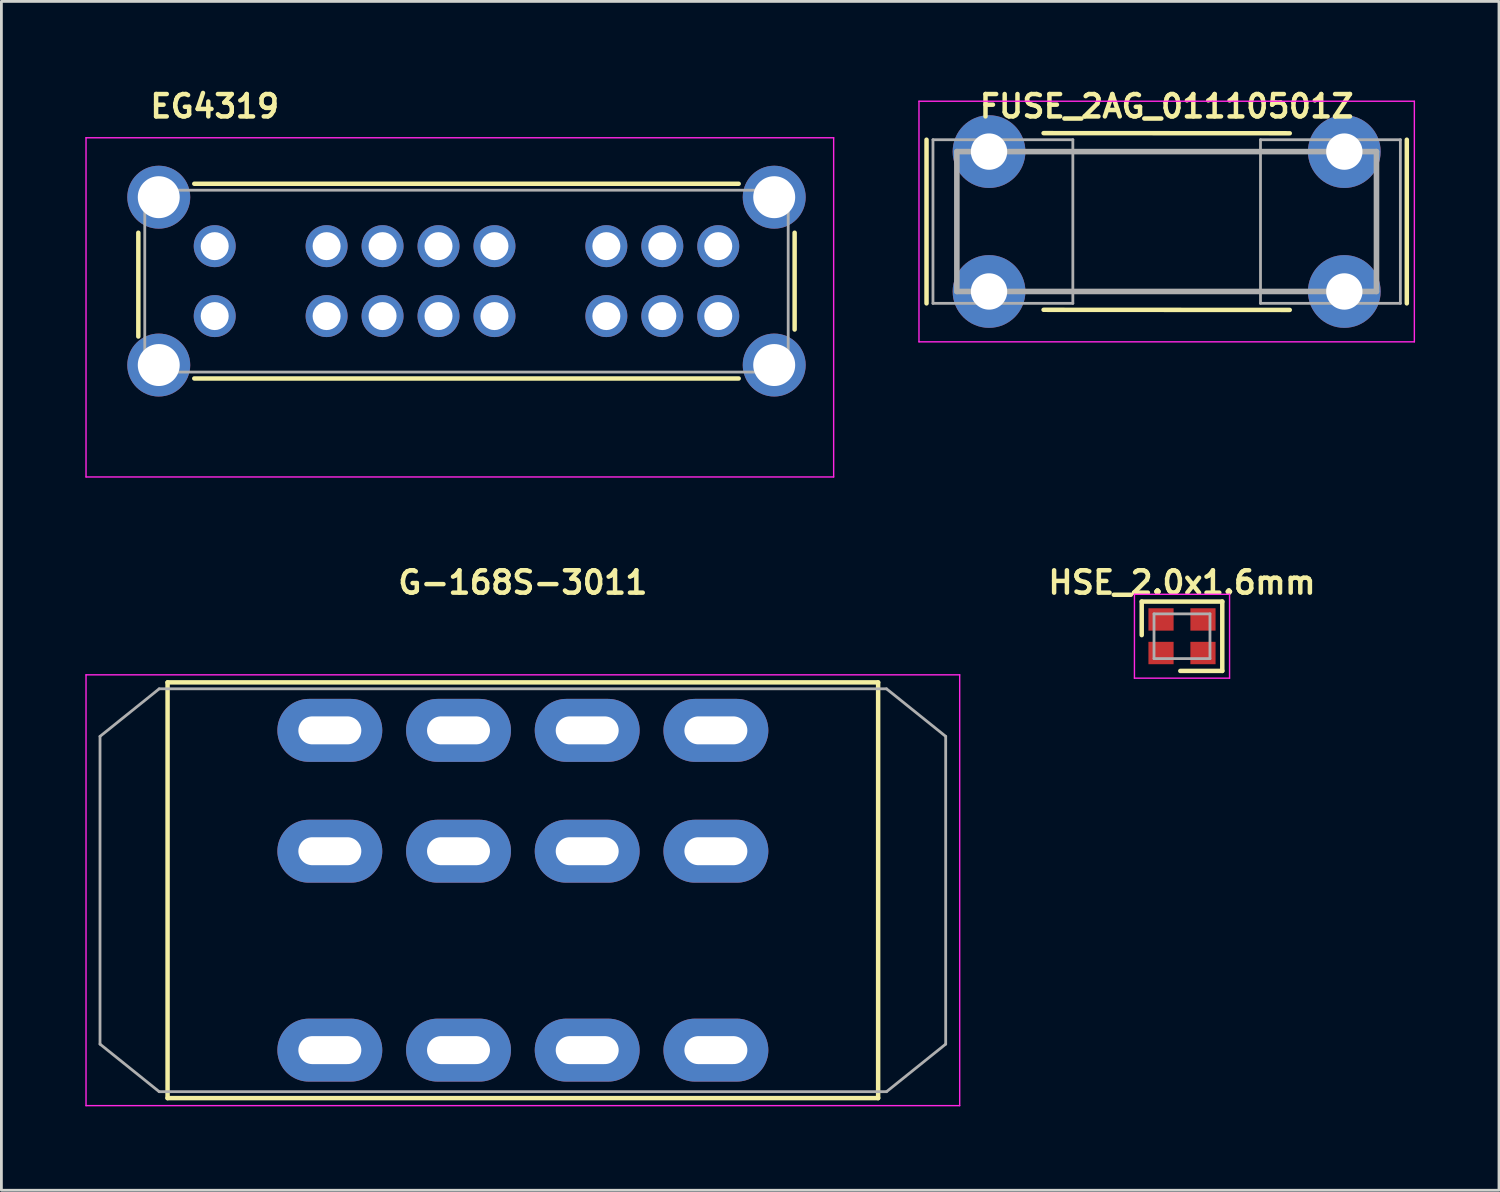
<source format=kicad_pcb>
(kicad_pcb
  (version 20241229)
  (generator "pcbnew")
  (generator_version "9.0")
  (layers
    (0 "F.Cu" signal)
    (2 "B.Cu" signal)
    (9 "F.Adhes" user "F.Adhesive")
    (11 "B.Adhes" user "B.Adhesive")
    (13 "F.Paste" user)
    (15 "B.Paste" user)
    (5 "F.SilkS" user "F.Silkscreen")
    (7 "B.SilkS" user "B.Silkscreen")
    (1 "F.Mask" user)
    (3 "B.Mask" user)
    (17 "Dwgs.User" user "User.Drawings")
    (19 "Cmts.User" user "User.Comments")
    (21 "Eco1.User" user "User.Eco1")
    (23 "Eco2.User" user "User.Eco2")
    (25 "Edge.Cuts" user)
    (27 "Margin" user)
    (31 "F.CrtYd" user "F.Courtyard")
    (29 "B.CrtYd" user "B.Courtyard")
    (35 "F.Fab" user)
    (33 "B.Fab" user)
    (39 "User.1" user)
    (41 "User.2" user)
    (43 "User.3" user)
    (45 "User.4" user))
  (footprint "EG4319"
    (layer "F.Cu")
    (at 4.625 8.249)
    (property "Reference" "EG4319" (at 0 -7.5 0) (layer "F.SilkS") (effects (font (size 0.8 0.8) (thickness 0.16))))
    (attr through_hole)
    (fp_line (start -2.73 -2.98) (end -2.73 0.73) (stroke (width 0.16) (type solid)) (layer "F.SilkS"))
    (fp_line (start -0.73 -4.73) (end 18.73 -4.73) (stroke (width 0.16) (type solid)) (layer "F.SilkS"))
    (fp_line (start -0.73 2.23) (end 18.73 2.23) (stroke (width 0.16) (type solid)) (layer "F.SilkS"))
    (fp_line (start 20.73 -2.98) (end 20.73 0.48) (stroke (width 0.16) (type solid)) (layer "F.SilkS"))
    (fp_line (start -4.6 -6.375) (end 22.125 -6.375) (stroke (width 0.05) (type solid)) (layer "F.CrtYd"))
    (fp_line (start -4.6 5.75) (end -4.6 -6.375) (stroke (width 0.05) (type solid)) (layer "F.CrtYd"))
    (fp_line (start 22.125 -6.375) (end 22.125 5.75) (stroke (width 0.05) (type solid)) (layer "F.CrtYd"))
    (fp_line (start 22.125 5.75) (end -4.6 5.75) (stroke (width 0.05) (type solid)) (layer "F.CrtYd"))
    (fp_line (start -2.5 -4.5) (end 20.5 -4.5) (stroke (width 0.1) (type solid)) (layer "F.Fab"))
    (fp_line (start -2.5 2) (end -2.5 -4.5) (stroke (width 0.1) (type solid)) (layer "F.Fab"))
    (fp_line (start 20.5 -4.5) (end 20.5 2) (stroke (width 0.1) (type solid)) (layer "F.Fab"))
    (fp_line (start 20.5 2) (end -2.5 2) (stroke (width 0.1) (type solid)) (layer "F.Fab"))
    (pad "1" thru_hole circle (at 0 0) (size 1.5 1.5) (drill 1) (layers "*.Cu" "*.Mask"))
    (pad "2" thru_hole circle (at 4 0) (size 1.5 1.5) (drill 1) (layers "*.Cu" "*.Mask"))
    (pad "3" thru_hole circle (at 6 0) (size 1.5 1.5) (drill 1) (layers "*.Cu" "*.Mask"))
    (pad "4" thru_hole circle (at 8 0) (size 1.5 1.5) (drill 1) (layers "*.Cu" "*.Mask"))
    (pad "5" thru_hole circle (at 10 0) (size 1.5 1.5) (drill 1) (layers "*.Cu" "*.Mask"))
    (pad "6" thru_hole circle (at 14 0) (size 1.5 1.5) (drill 1) (layers "*.Cu" "*.Mask"))
    (pad "7" thru_hole circle (at 16 0) (size 1.5 1.5) (drill 1) (layers "*.Cu" "*.Mask"))
    (pad "8" thru_hole circle (at 18 0) (size 1.5 1.5) (drill 1) (layers "*.Cu" "*.Mask"))
    (pad "9" thru_hole circle (at 0 -2.5) (size 1.5 1.5) (drill 1) (layers "*.Cu" "*.Mask"))
    (pad "10" thru_hole circle (at 4 -2.5) (size 1.5 1.5) (drill 1) (layers "*.Cu" "*.Mask"))
    (pad "11" thru_hole circle (at 6 -2.5) (size 1.5 1.5) (drill 1) (layers "*.Cu" "*.Mask"))
    (pad "12" thru_hole circle (at 8 -2.5) (size 1.5 1.5) (drill 1) (layers "*.Cu" "*.Mask"))
    (pad "13" thru_hole circle (at 10 -2.5) (size 1.5 1.5) (drill 1) (layers "*.Cu" "*.Mask"))
    (pad "14" thru_hole circle (at 14 -2.5) (size 1.5 1.5) (drill 1) (layers "*.Cu" "*.Mask"))
    (pad "15" thru_hole circle (at 16 -2.5) (size 1.5 1.5) (drill 1) (layers "*.Cu" "*.Mask"))
    (pad "16" thru_hole circle (at 18 -2.5) (size 1.5 1.5) (drill 1) (layers "*.Cu" "*.Mask"))
    (pad "MP" thru_hole circle (at -2 -4.25) (size 2.25 2.25) (drill 1.5) (layers "*.Cu" "*.Mask"))
    (pad "MP" thru_hole circle (at -2 1.75) (size 2.25 2.25) (drill 1.5) (layers "*.Cu" "*.Mask"))
    (pad "MP" thru_hole circle (at 20 -4.25) (size 2.25 2.25) (drill 1.5) (layers "*.Cu" "*.Mask"))
    (pad "MP" thru_hole circle (at 20 1.75) (size 2.25 2.25) (drill 1.5) (layers "*.Cu" "*.Mask")))
  (footprint "HSE_2.0x1.6mm"
    (layer "F.Cu")
    (at 39.202 19.693)
    (property "Reference" "HSE_2.0x1.6mm" (at 0 -1.92 0) (layer "F.SilkS") (effects (font (size 0.8 0.8) (thickness 0.16))))
    (attr through_hole)
    (fp_line (start -1.44 -0.04) (end -1.44 -1.24) (stroke (width 0.16) (type solid)) (layer "F.SilkS"))
    (fp_line (start -0.06 1.24) (end 1.44 1.24) (stroke (width 0.16) (type solid)) (layer "F.SilkS"))
    (fp_line (start 1.44 -1.24) (end -1.44 -1.24) (stroke (width 0.16) (type solid)) (layer "F.SilkS"))
    (fp_line (start 1.44 -1.24) (end 1.44 1.24) (stroke (width 0.16) (type solid)) (layer "F.SilkS"))
    (fp_line (start -1.7 -1.5) (end 1.7 -1.5) (stroke (width 0.05) (type solid)) (layer "F.CrtYd"))
    (fp_line (start -1.7 1.5) (end -1.7 -1.5) (stroke (width 0.05) (type solid)) (layer "F.CrtYd"))
    (fp_line (start 1.7 -1.5) (end 1.7 1.5) (stroke (width 0.05) (type solid)) (layer "F.CrtYd"))
    (fp_line (start 1.7 1.5) (end -1.7 1.5) (stroke (width 0.05) (type solid)) (layer "F.CrtYd"))
    (fp_line (start -1 -0.8) (end 1 -0.8) (stroke (width 0.1) (type solid)) (layer "F.Fab"))
    (fp_line (start -1 0.8) (end -1 -0.8) (stroke (width 0.1) (type solid)) (layer "F.Fab"))
    (fp_line (start -1 0.8) (end 1 0.8) (stroke (width 0.1) (type solid)) (layer "F.Fab"))
    (fp_line (start 1 -0.8) (end 1 0.8) (stroke (width 0.1) (type solid)) (layer "F.Fab"))
    (pad "1" smd rect (at -0.75 0.6) (size 0.9 0.8) (layers "F.Cu" "F.Mask" "F.Paste"))
    (pad "2" smd rect (at 0.75 0.6) (size 0.9 0.8) (layers "F.Cu" "F.Mask" "F.Paste"))
    (pad "3" smd rect (at 0.75 -0.6) (size 0.9 0.8) (layers "F.Cu" "F.Mask" "F.Paste"))
    (pad "4" smd rect (at -0.75 -0.6) (size 0.9 0.8) (layers "F.Cu" "F.Mask" "F.Paste")))
  (footprint "FUSE_2AG_01110501Z"
    (layer "F.Cu")
    (at 38.654 4.869)
    (property "Reference" "FUSE_2AG_01110501Z" (at 0 -4.12 0) (layer "F.SilkS") (effects (font (size 0.8 0.8) (thickness 0.16))))
    (attr through_hole)
    (fp_line (start -8.584 -2.925) (end -8.584 2.925) (stroke (width 0.16) (type solid)) (layer "F.SilkS"))
    (fp_line (start -4.4 -3.16) (end 4.4 -3.155) (stroke (width 0.16) (type solid)) (layer "F.SilkS"))
    (fp_line (start 4.4 3.16) (end -4.4 3.155) (stroke (width 0.16) (type solid)) (layer "F.SilkS"))
    (fp_line (start 8.584 2.925) (end 8.584 -2.925) (stroke (width 0.16) (type solid)) (layer "F.SilkS"))
    (fp_line (start -8.854 -4.3) (end -8.854 4.3) (stroke (width 0.05) (type solid)) (layer "F.CrtYd"))
    (fp_line (start -8.854 -4.3) (end 8.854 -4.3) (stroke (width 0.05) (type solid)) (layer "F.CrtYd"))
    (fp_line (start 8.854 4.3) (end -8.854 4.3) (stroke (width 0.05) (type solid)) (layer "F.CrtYd"))
    (fp_line (start 8.854 4.3) (end 8.854 -4.3) (stroke (width 0.05) (type solid)) (layer "F.CrtYd"))
    (fp_line (start -8.354 -2.925) (end -8.354 2.925) (stroke (width 0.1) (type solid)) (layer "F.Fab"))
    (fp_line (start -8.354 -2.925) (end -3.354 -2.925) (stroke (width 0.1) (type solid)) (layer "F.Fab"))
    (fp_line (start -8.354 2.925) (end -3.354 2.925) (stroke (width 0.1) (type solid)) (layer "F.Fab"))
    (fp_line (start -7.5 -2.5) (end 7.5 -2.5) (stroke (width 0.2) (type solid)) (layer "F.Fab"))
    (fp_line (start -7.5 2.5) (end -7.5 -2.5) (stroke (width 0.2) (type solid)) (layer "F.Fab"))
    (fp_line (start -3.354 -2.925) (end -3.354 2.925) (stroke (width 0.1) (type solid)) (layer "F.Fab"))
    (fp_line (start 3.354 2.925) (end 3.354 -2.925) (stroke (width 0.1) (type solid)) (layer "F.Fab"))
    (fp_line (start 7.5 2.5) (end -7.5 2.5) (stroke (width 0.2) (type solid)) (layer "F.Fab"))
    (fp_line (start 7.5 2.5) (end 7.5 -2.5) (stroke (width 0.2) (type solid)) (layer "F.Fab"))
    (fp_line (start 8.354 -2.925) (end 3.354 -2.925) (stroke (width 0.1) (type solid)) (layer "F.Fab"))
    (fp_line (start 8.354 2.925) (end 3.354 2.925) (stroke (width 0.1) (type solid)) (layer "F.Fab"))
    (fp_line (start 8.354 2.925) (end 8.354 -2.925) (stroke (width 0.1) (type solid)) (layer "F.Fab"))
    (pad "1" thru_hole circle (at -6.35 -2.5) (size 2.6 2.6) (drill 1.3) (layers "*.Cu" "*.Mask"))
    (pad "1" thru_hole circle (at -6.35 2.5) (size 2.6 2.6) (drill 1.3) (layers "*.Cu" "*.Mask"))
    (pad "2" thru_hole circle (at 6.35 -2.5) (size 2.6 2.6) (drill 1.3) (layers "*.Cu" "*.Mask"))
    (pad "2" thru_hole circle (at 6.35 2.5) (size 2.6 2.6) (drill 1.3) (layers "*.Cu" "*.Mask")))
  (footprint "G-168S-3011"
    (layer "F.Cu")
    (at 15.64 28.773)
    (property "Reference" "G-168S-3011" (at 0 -11 0) (layer "F.SilkS") (effects (font (size 0.8 0.8) (thickness 0.16))))
    (attr through_hole)
    (fp_line (start -12.7 -7.43) (end -12.7 7.43) (stroke (width 0.16) (type solid)) (layer "F.SilkS"))
    (fp_line (start -12.7 -7.43) (end 12.7 -7.43) (stroke (width 0.16) (type solid)) (layer "F.SilkS"))
    (fp_line (start 12.7 7.43) (end -12.7 7.43) (stroke (width 0.16) (type solid)) (layer "F.SilkS"))
    (fp_line (start 12.7 7.43) (end 12.7 -7.43) (stroke (width 0.16) (type solid)) (layer "F.SilkS"))
    (fp_line (start -15.615 7.7) (end -15.615 -7.7) (stroke (width 0.05) (type solid)) (layer "F.CrtYd"))
    (fp_line (start -15.615 7.7) (end 15.615 7.7) (stroke (width 0.05) (type solid)) (layer "F.CrtYd"))
    (fp_line (start 15.615 -7.7) (end -15.615 -7.7) (stroke (width 0.05) (type solid)) (layer "F.CrtYd"))
    (fp_line (start 15.615 -7.7) (end 15.615 7.7) (stroke (width 0.05) (type solid)) (layer "F.CrtYd"))
    (fp_line (start -15.115 5.5) (end -15.115 -5.5) (stroke (width 0.1) (type solid)) (layer "F.Fab"))
    (fp_line (start -13 -7.2) (end -15.115 -5.5) (stroke (width 0.1) (type solid)) (layer "F.Fab"))
    (fp_line (start -13 -7.2) (end 13 -7.2) (stroke (width 0.1) (type solid)) (layer "F.Fab"))
    (fp_line (start -13 7.2) (end -15.115 5.5) (stroke (width 0.1) (type solid)) (layer "F.Fab"))
    (fp_line (start 13 -7.2) (end 15.115 -5.5) (stroke (width 0.1) (type solid)) (layer "F.Fab"))
    (fp_line (start 13 7.2) (end -13 7.2) (stroke (width 0.1) (type solid)) (layer "F.Fab"))
    (fp_line (start 13 7.2) (end 15.115 5.5) (stroke (width 0.1) (type solid)) (layer "F.Fab"))
    (fp_line (start 15.115 -5.5) (end 15.115 5.5) (stroke (width 0.1) (type solid)) (layer "F.Fab"))
    (pad "1" thru_hole oval (at -6.9 -5.715) (size 3.75 2.25) (drill oval 2.25 1) (layers "*.Cu" "*.Mask"))
    (pad "2" thru_hole oval (at -2.3 -5.715) (size 3.75 2.25) (drill oval 2.25 1) (layers "*.Cu" "*.Mask"))
    (pad "3" thru_hole oval (at 2.3 -5.715) (size 3.75 2.25) (drill oval 2.25 1) (layers "*.Cu" "*.Mask"))
    (pad "4" thru_hole oval (at 6.9 -5.715) (size 3.75 2.25) (drill oval 2.25 1) (layers "*.Cu" "*.Mask"))
    (pad "5" thru_hole oval (at -6.9 -1.395) (size 3.75 2.25) (drill oval 2.25 1) (layers "*.Cu" "*.Mask"))
    (pad "6" thru_hole oval (at -2.3 -1.395) (size 3.75 2.25) (drill oval 2.25 1) (layers "*.Cu" "*.Mask"))
    (pad "7" thru_hole oval (at 2.3 -1.395) (size 3.75 2.25) (drill oval 2.25 1) (layers "*.Cu" "*.Mask"))
    (pad "8" thru_hole oval (at 6.9 -1.395) (size 3.75 2.25) (drill oval 2.25 1) (layers "*.Cu" "*.Mask"))
    (pad "9" thru_hole oval (at -6.9 5.715) (size 3.75 2.25) (drill oval 2.25 1) (layers "*.Cu" "*.Mask"))
    (pad "10" thru_hole oval (at -2.3 5.715) (size 3.75 2.25) (drill oval 2.25 1) (layers "*.Cu" "*.Mask"))
    (pad "11" thru_hole oval (at 2.3 5.715) (size 3.75 2.25) (drill oval 2.25 1) (layers "*.Cu" "*.Mask"))
    (pad "12" thru_hole oval (at 6.9 5.715) (size 3.75 2.25) (drill oval 2.25 1) (layers "*.Cu" "*.Mask")))
  (gr_rect
    (start -3 -3)
    (end 50.533 39.498)
    (stroke (width 0.1) (type default))
    (fill no)
    (layer "Edge.Cuts")))
</source>
